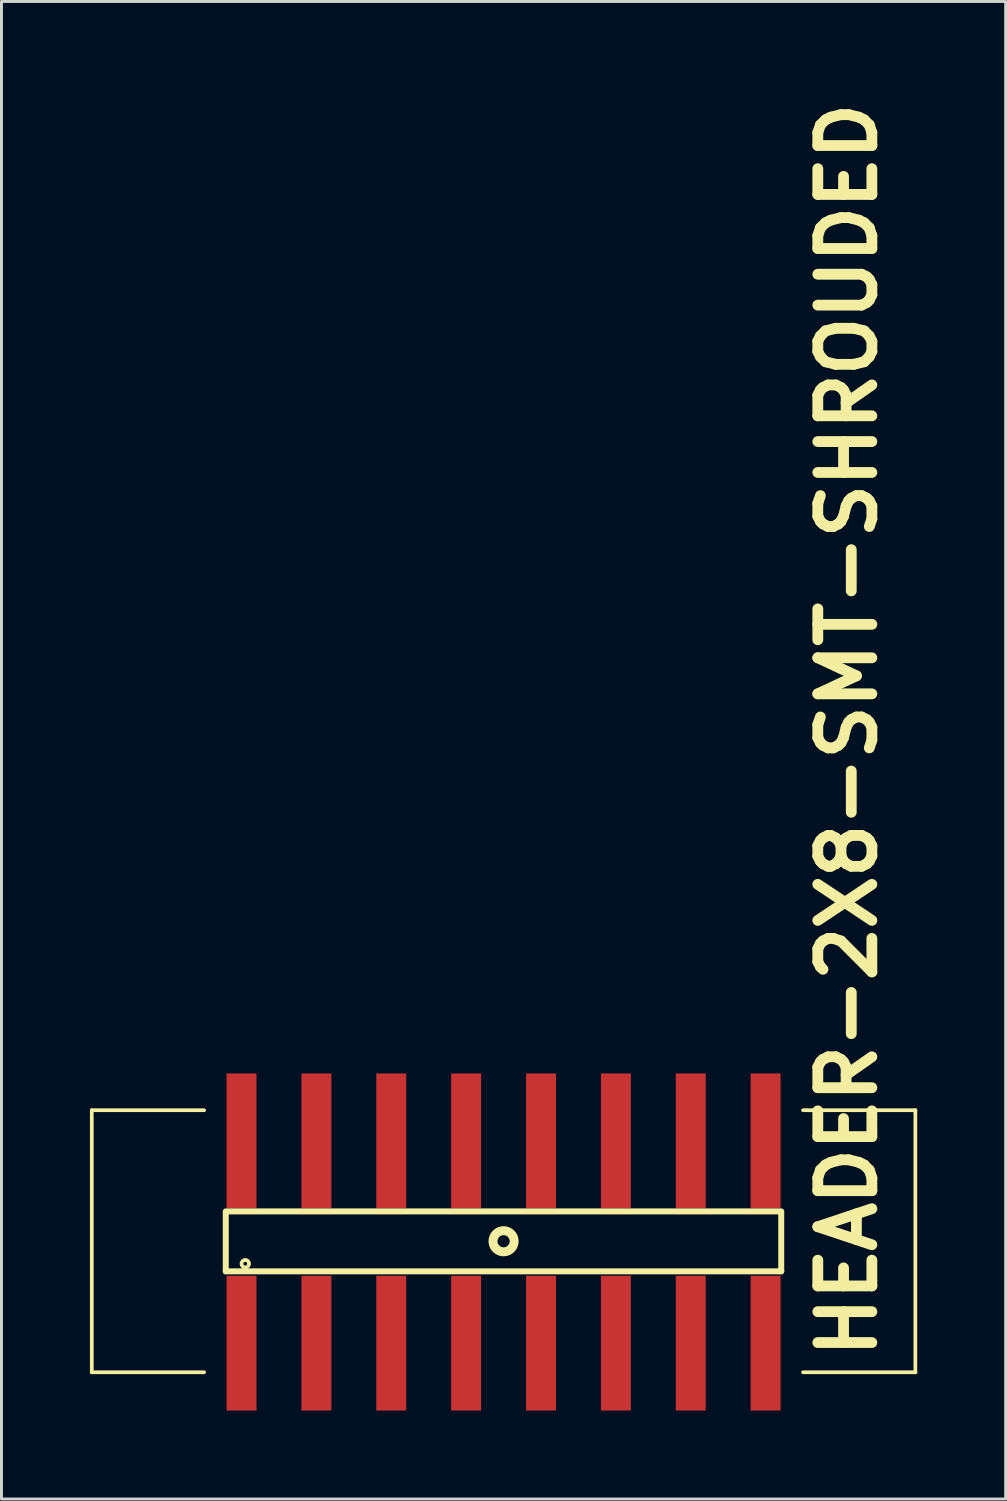
<source format=kicad_pcb>
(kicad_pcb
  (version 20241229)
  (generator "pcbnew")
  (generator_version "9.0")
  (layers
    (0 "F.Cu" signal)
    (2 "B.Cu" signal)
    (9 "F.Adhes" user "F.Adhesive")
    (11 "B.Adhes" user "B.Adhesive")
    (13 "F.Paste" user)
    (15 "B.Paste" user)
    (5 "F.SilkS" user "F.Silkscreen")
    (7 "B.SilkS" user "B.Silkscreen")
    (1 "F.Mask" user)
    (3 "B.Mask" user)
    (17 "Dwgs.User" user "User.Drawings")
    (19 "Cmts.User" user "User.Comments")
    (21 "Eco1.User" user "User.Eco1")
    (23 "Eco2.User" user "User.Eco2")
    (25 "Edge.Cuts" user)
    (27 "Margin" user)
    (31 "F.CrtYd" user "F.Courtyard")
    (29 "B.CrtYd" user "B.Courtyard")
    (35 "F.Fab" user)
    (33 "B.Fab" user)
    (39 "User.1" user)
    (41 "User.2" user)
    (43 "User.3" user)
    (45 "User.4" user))
  (footprint "HEADER-2X8-SMT-SHROUDED"
    (layer "F.Cu")
    (at 14.034 39.06)
    (property "Reference" "HEADER-2X8-SMT-SHROUDED" (at 12.738 4.115 90) (layer "F.SilkS") (effects (font (size 1.834 1.834) (thickness 0.367)) (justify left bottom)))
    (attr through_hole)
    (fp_line (start -13.97 -4.445) (end -13.97 4.445) (stroke (width 0.127) (type solid)) (layer "F.SilkS"))
    (fp_line (start -13.97 -4.445) (end -10.16 -4.445) (stroke (width 0.127) (type solid)) (layer "F.SilkS"))
    (fp_line (start -13.97 4.445) (end -10.16 4.445) (stroke (width 0.127) (type solid)) (layer "F.SilkS"))
    (fp_line (start -9.425 1.02) (end -9.425 -0.97) (stroke (width 0.203) (type solid)) (layer "F.SilkS"))
    (fp_line (start 9.42 -1.012) (end -9.425 -1.012) (stroke (width 0.203) (type solid)) (layer "F.SilkS"))
    (fp_line (start 9.42 -0.97) (end 9.42 1.02) (stroke (width 0.203) (type solid)) (layer "F.SilkS"))
    (fp_line (start 9.42 1.02) (end -9.425 1.02) (stroke (width 0.203) (type solid)) (layer "F.SilkS"))
    (fp_line (start 10.16 -4.445) (end 13.97 -4.445) (stroke (width 0.127) (type solid)) (layer "F.SilkS"))
    (fp_line (start 13.97 -4.445) (end 13.97 4.445) (stroke (width 0.127) (type solid)) (layer "F.SilkS"))
    (fp_line (start 13.97 4.445) (end 10.16 4.445) (stroke (width 0.127) (type solid)) (layer "F.SilkS"))
    (fp_circle (center -8.763 0.762) (end -8.636 0.762) (stroke (width 0.127) (type solid)) (fill no) (layer "F.SilkS"))
    (fp_circle (center 0 0) (end 0.359 0) (stroke (width 0.305) (type solid)) (fill no) (layer "F.SilkS"))
    (pad "1" smd rect (at -8.89 3.458 180) (size 1.016 4.572) (layers "F.Cu" "F.Mask" "F.Paste"))
    (pad "2" smd rect (at -8.89 -3.407) (size 1.016 4.572) (layers "F.Cu" "F.Mask" "F.Paste"))
    (pad "3" smd rect (at -6.35 3.458 180) (size 1.016 4.572) (layers "F.Cu" "F.Mask" "F.Paste"))
    (pad "4" smd rect (at -6.35 -3.407) (size 1.016 4.572) (layers "F.Cu" "F.Mask" "F.Paste"))
    (pad "5" smd rect (at -3.81 3.458 180) (size 1.016 4.572) (layers "F.Cu" "F.Mask" "F.Paste"))
    (pad "6" smd rect (at -3.81 -3.407) (size 1.016 4.572) (layers "F.Cu" "F.Mask" "F.Paste"))
    (pad "7" smd rect (at -1.27 3.458 180) (size 1.016 4.572) (layers "F.Cu" "F.Mask" "F.Paste"))
    (pad "8" smd rect (at -1.27 -3.407) (size 1.016 4.572) (layers "F.Cu" "F.Mask" "F.Paste"))
    (pad "9" smd rect (at 1.27 3.458 180) (size 1.016 4.572) (layers "F.Cu" "F.Mask" "F.Paste"))
    (pad "10" smd rect (at 1.27 -3.407) (size 1.016 4.572) (layers "F.Cu" "F.Mask" "F.Paste"))
    (pad "11" smd rect (at 3.81 3.458 180) (size 1.016 4.572) (layers "F.Cu" "F.Mask" "F.Paste"))
    (pad "12" smd rect (at 3.81 -3.407) (size 1.016 4.572) (layers "F.Cu" "F.Mask" "F.Paste"))
    (pad "13" smd rect (at 6.35 3.458 180) (size 1.016 4.572) (layers "F.Cu" "F.Mask" "F.Paste"))
    (pad "14" smd rect (at 6.35 -3.407) (size 1.016 4.572) (layers "F.Cu" "F.Mask" "F.Paste"))
    (pad "15" smd rect (at 8.89 3.458 180) (size 1.016 4.572) (layers "F.Cu" "F.Mask" "F.Paste"))
    (pad "16" smd rect (at 8.89 -3.407) (size 1.016 4.572) (layers "F.Cu" "F.Mask" "F.Paste")))
  (gr_rect
    (start -3 -3)
    (end 31.067 47.804)
    (stroke (width 0.1) (type default))
    (fill no)
    (layer "Edge.Cuts")))
</source>
